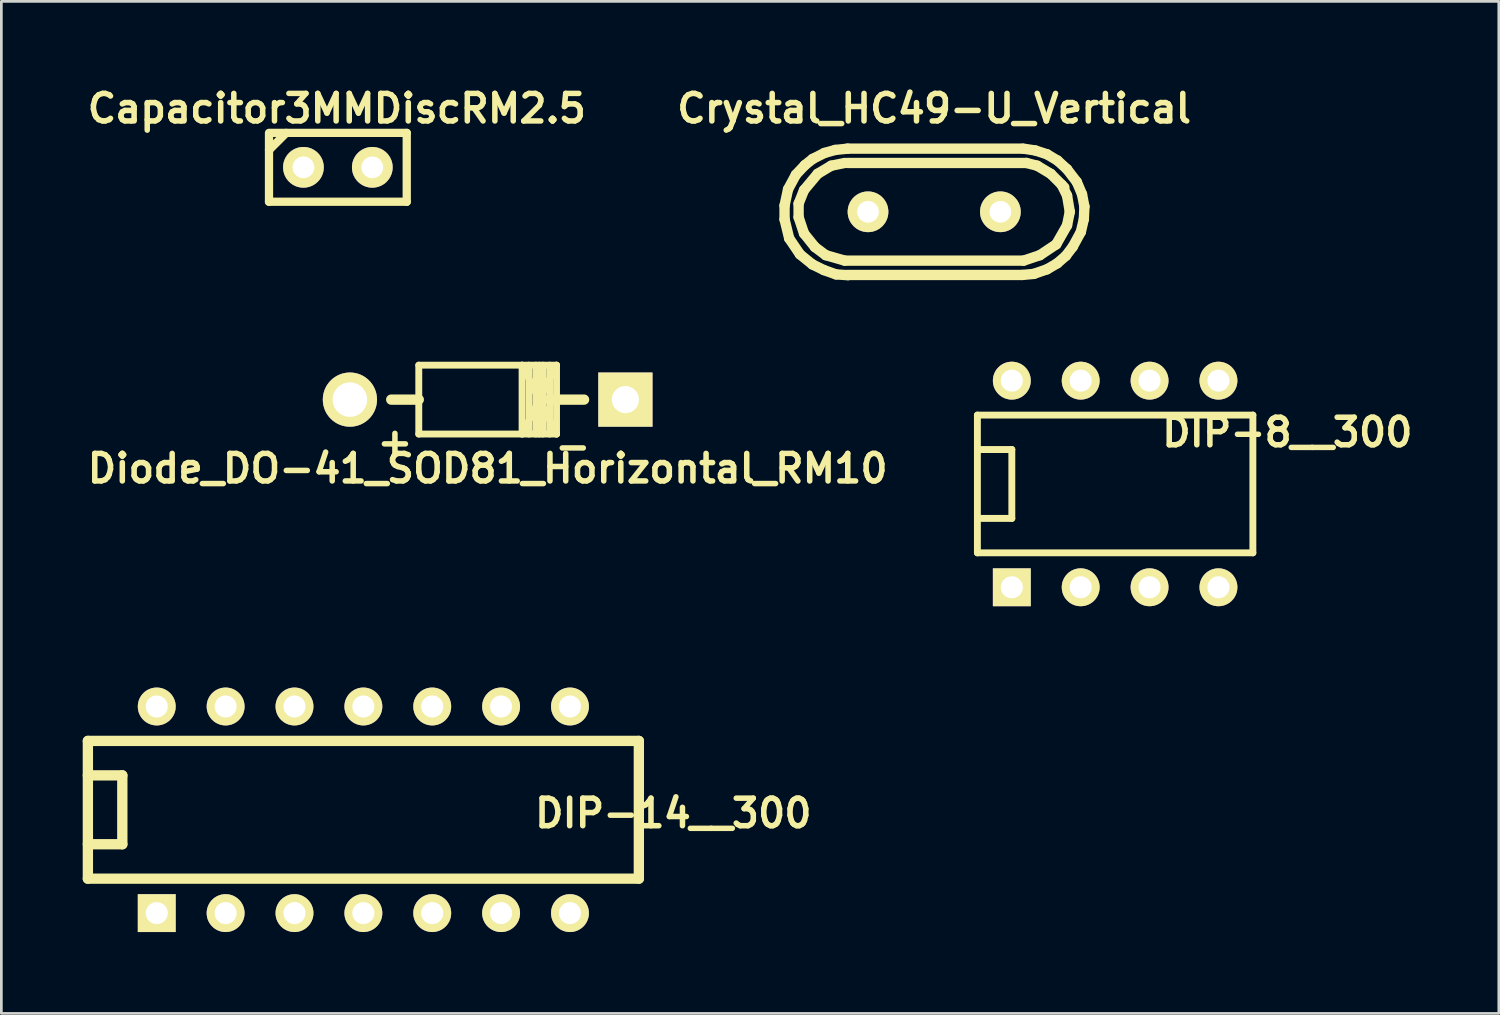
<source format=kicad_pcb>
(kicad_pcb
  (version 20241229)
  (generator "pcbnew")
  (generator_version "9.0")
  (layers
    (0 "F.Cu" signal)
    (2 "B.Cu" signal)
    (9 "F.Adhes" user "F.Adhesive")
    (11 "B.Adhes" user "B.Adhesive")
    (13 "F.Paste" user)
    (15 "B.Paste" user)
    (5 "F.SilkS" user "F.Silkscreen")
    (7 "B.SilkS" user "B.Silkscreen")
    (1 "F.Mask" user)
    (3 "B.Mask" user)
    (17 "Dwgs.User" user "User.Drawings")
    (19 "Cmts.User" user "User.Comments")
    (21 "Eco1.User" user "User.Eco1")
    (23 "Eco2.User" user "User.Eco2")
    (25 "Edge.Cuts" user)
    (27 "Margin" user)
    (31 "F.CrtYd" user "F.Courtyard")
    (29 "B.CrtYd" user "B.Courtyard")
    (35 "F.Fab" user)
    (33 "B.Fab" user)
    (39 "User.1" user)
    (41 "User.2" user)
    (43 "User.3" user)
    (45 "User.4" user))
  (footprint "Diode_DO-41_SOD81_Horizontal_RM10"
    (layer "F.Cu")
    (at 14.935 11.688)
    (property "Reference" "Diode_DO-41_SOD81_Horizontal_RM10" (at 0 2.54 0) (layer "F.SilkS") (effects (font (size 1.016 1.016) (thickness 0.203))))
    (attr through_hole)
    (fp_line (start -2.54 -1.27) (end -2.54 1.27) (stroke (width 0.254) (type solid)) (layer "F.SilkS"))
    (fp_line (start -2.54 0) (end -3.556 0) (stroke (width 0.381) (type solid)) (layer "F.SilkS"))
    (fp_line (start -2.54 1.27) (end 2.54 1.27) (stroke (width 0.254) (type solid)) (layer "F.SilkS"))
    (fp_line (start 1.27 -1.27) (end 1.27 1.27) (stroke (width 0.254) (type solid)) (layer "F.SilkS"))
    (fp_line (start 1.27 -1.27) (end 2.54 1.27) (stroke (width 0.254) (type solid)) (layer "F.SilkS"))
    (fp_line (start 1.524 -1.27) (end 1.524 1.27) (stroke (width 0.254) (type solid)) (layer "F.SilkS"))
    (fp_line (start 1.778 -1.27) (end 1.778 1.27) (stroke (width 0.254) (type solid)) (layer "F.SilkS"))
    (fp_line (start 1.905 -1.27) (end 1.905 1.27) (stroke (width 0.254) (type solid)) (layer "F.SilkS"))
    (fp_line (start 2.032 -1.27) (end 2.032 1.27) (stroke (width 0.254) (type solid)) (layer "F.SilkS"))
    (fp_line (start 2.286 -1.27) (end 2.286 1.27) (stroke (width 0.254) (type solid)) (layer "F.SilkS"))
    (fp_line (start 2.286 0) (end 3.556 0) (stroke (width 0.381) (type solid)) (layer "F.SilkS"))
    (fp_line (start 2.54 -1.27) (end -2.54 -1.27) (stroke (width 0.254) (type solid)) (layer "F.SilkS"))
    (fp_line (start 2.54 -1.27) (end 1.27 1.27) (stroke (width 0.254) (type solid)) (layer "F.SilkS"))
    (fp_line (start 2.54 1.27) (end 2.54 -1.27) (stroke (width 0.254) (type solid)) (layer "F.SilkS"))
    (fp_text user "-" (at 3.14 1.71 0) (layer "F.SilkS") (effects (font (size 1.016 1.016) (thickness 0.203))))
    (fp_text user "+" (at -3.42 1.56 0) (layer "F.SilkS") (effects (font (size 1.016 1.016) (thickness 0.203))))
    (pad "+" thru_hole circle (at -5.08 0) (size 1.999 1.999) (drill 1.27) (layers "*.Cu" "*.Mask" "F.SilkS"))
    (pad "-" thru_hole rect (at 5.08 0) (size 1.999 1.999) (drill 1.001) (layers "*.Cu" "*.Mask" "F.SilkS")))
  (footprint "Capacitor3MMDiscRM2.5"
    (layer "F.Cu")
    (at 9.411 3.121)
    (property "Reference" "Capacitor3MMDiscRM2.5" (at -0.04 -2.17 0) (layer "F.SilkS") (effects (font (size 1.016 1.016) (thickness 0.203))))
    (attr through_hole)
    (fp_line (start -2.54 -0.635) (end -1.905 -1.27) (stroke (width 0.305) (type solid)) (layer "F.SilkS"))
    (fp_line (start -2.54 1.27) (end -2.54 -1.27) (stroke (width 0.305) (type solid)) (layer "F.SilkS"))
    (fp_line (start -2.489 -1.27) (end 2.54 -1.27) (stroke (width 0.305) (type solid)) (layer "F.SilkS"))
    (fp_line (start 2.54 -1.27) (end 2.54 1.27) (stroke (width 0.305) (type solid)) (layer "F.SilkS"))
    (fp_line (start 2.54 1.27) (end -2.54 1.27) (stroke (width 0.305) (type solid)) (layer "F.SilkS"))
    (pad "1" thru_hole circle (at -1.27 0) (size 1.501 1.501) (drill 0.8) (layers "*.Cu" "*.Mask" "F.SilkS"))
    (pad "2" thru_hole circle (at 1.27 0) (size 1.501 1.501) (drill 0.8) (layers "*.Cu" "*.Mask" "F.SilkS")))
  (footprint "DIP-8__300"
    (layer "F.Cu")
    (at 38.077 14.799)
    (property "Reference" "DIP-8__300" (at 6.35 -1.905 0) (layer "F.SilkS") (effects (font (size 1.016 1.016) (thickness 0.203))))
    (attr through_hole)
    (fp_line (start -5.08 -2.54) (end 5.08 -2.54) (stroke (width 0.254) (type solid)) (layer "F.SilkS"))
    (fp_line (start -5.08 -1.27) (end -3.81 -1.27) (stroke (width 0.254) (type solid)) (layer "F.SilkS"))
    (fp_line (start -5.08 2.54) (end -5.08 -2.54) (stroke (width 0.254) (type solid)) (layer "F.SilkS"))
    (fp_line (start -3.81 -1.27) (end -3.81 1.27) (stroke (width 0.254) (type solid)) (layer "F.SilkS"))
    (fp_line (start -3.81 1.27) (end -5.08 1.27) (stroke (width 0.254) (type solid)) (layer "F.SilkS"))
    (fp_line (start 5.08 -2.54) (end 5.08 2.54) (stroke (width 0.254) (type solid)) (layer "F.SilkS"))
    (fp_line (start 5.08 2.54) (end -5.08 2.54) (stroke (width 0.254) (type solid)) (layer "F.SilkS"))
    (pad "1" thru_hole rect (at -3.81 3.81) (size 1.397 1.397) (drill 0.813) (layers "*.Cu" "*.Mask" "F.SilkS"))
    (pad "2" thru_hole circle (at -1.27 3.81) (size 1.397 1.397) (drill 0.813) (layers "*.Cu" "*.Mask" "F.SilkS"))
    (pad "3" thru_hole circle (at 1.27 3.81) (size 1.397 1.397) (drill 0.813) (layers "*.Cu" "*.Mask" "F.SilkS"))
    (pad "4" thru_hole circle (at 3.81 3.81) (size 1.397 1.397) (drill 0.813) (layers "*.Cu" "*.Mask" "F.SilkS"))
    (pad "5" thru_hole circle (at 3.81 -3.81) (size 1.397 1.397) (drill 0.813) (layers "*.Cu" "*.Mask" "F.SilkS"))
    (pad "6" thru_hole circle (at 1.27 -3.81) (size 1.397 1.397) (drill 0.813) (layers "*.Cu" "*.Mask" "F.SilkS"))
    (pad "7" thru_hole circle (at -1.27 -3.81) (size 1.397 1.397) (drill 0.813) (layers "*.Cu" "*.Mask" "F.SilkS"))
    (pad "8" thru_hole circle (at -3.81 -3.81) (size 1.397 1.397) (drill 0.813) (layers "*.Cu" "*.Mask" "F.SilkS")))
  (footprint "Crystal_HC49-U_Vertical"
    (layer "F.Cu")
    (at 31.404 4.761)
    (property "Reference" "Crystal_HC49-U_Vertical" (at 0 -3.81 0) (layer "F.SilkS") (effects (font (size 1.016 1.016) (thickness 0.203))))
    (attr through_hole)
    (fp_line (start -5.519 -0.231) (end -5.519 0.279) (stroke (width 0.381) (type solid)) (layer "F.SilkS"))
    (fp_line (start -5.519 0.279) (end -5.349 0.98) (stroke (width 0.381) (type solid)) (layer "F.SilkS"))
    (fp_line (start -5.39 -0.831) (end -5.519 -0.231) (stroke (width 0.381) (type solid)) (layer "F.SilkS"))
    (fp_line (start -5.349 0.98) (end -4.95 1.57) (stroke (width 0.381) (type solid)) (layer "F.SilkS"))
    (fp_line (start -5.1 -1.369) (end -5.39 -0.831) (stroke (width 0.381) (type solid)) (layer "F.SilkS"))
    (fp_line (start -5.001 -0.3) (end -4.801 -0.8) (stroke (width 0.381) (type solid)) (layer "F.SilkS"))
    (fp_line (start -5.001 0.201) (end -5.001 -0.3) (stroke (width 0.381) (type solid)) (layer "F.SilkS"))
    (fp_line (start -4.95 1.57) (end -4.491 1.941) (stroke (width 0.381) (type solid)) (layer "F.SilkS"))
    (fp_line (start -4.801 -0.8) (end -4.3 -1.4) (stroke (width 0.381) (type solid)) (layer "F.SilkS"))
    (fp_line (start -4.801 0.8) (end -5.001 0.201) (stroke (width 0.381) (type solid)) (layer "F.SilkS"))
    (fp_line (start -4.77 -1.72) (end -5.1 -1.369) (stroke (width 0.381) (type solid)) (layer "F.SilkS"))
    (fp_line (start -4.491 1.941) (end -4.069 2.149) (stroke (width 0.381) (type solid)) (layer "F.SilkS"))
    (fp_line (start -4.481 -1.951) (end -4.77 -1.72) (stroke (width 0.381) (type solid)) (layer "F.SilkS"))
    (fp_line (start -4.399 1.3) (end -4.801 0.8) (stroke (width 0.381) (type solid)) (layer "F.SilkS"))
    (fp_line (start -4.3 -1.4) (end -3.8 -1.699) (stroke (width 0.381) (type solid)) (layer "F.SilkS"))
    (fp_line (start -4.069 2.149) (end -3.619 2.309) (stroke (width 0.381) (type solid)) (layer "F.SilkS"))
    (fp_line (start -4.049 -2.169) (end -4.481 -1.951) (stroke (width 0.381) (type solid)) (layer "F.SilkS"))
    (fp_line (start -4 1.6) (end -4.399 1.3) (stroke (width 0.381) (type solid)) (layer "F.SilkS"))
    (fp_line (start -3.8 -1.699) (end -3.299 -1.801) (stroke (width 0.381) (type solid)) (layer "F.SilkS"))
    (fp_line (start -3.65 -2.281) (end -4.049 -2.169) (stroke (width 0.381) (type solid)) (layer "F.SilkS"))
    (fp_line (start -3.619 2.309) (end -3.18 2.339) (stroke (width 0.381) (type solid)) (layer "F.SilkS"))
    (fp_line (start -3.299 1.801) (end -4 1.6) (stroke (width 0.381) (type solid)) (layer "F.SilkS"))
    (fp_line (start -3.2 -2.329) (end 3.251 -2.329) (stroke (width 0.381) (type solid)) (layer "F.SilkS"))
    (fp_line (start -3.2 -1.801) (end 3.401 -1.801) (stroke (width 0.381) (type solid)) (layer "F.SilkS"))
    (fp_line (start -3.2 2.329) (end 3.251 2.329) (stroke (width 0.381) (type solid)) (layer "F.SilkS"))
    (fp_line (start -3.19 -2.329) (end -3.65 -2.281) (stroke (width 0.381) (type solid)) (layer "F.SilkS"))
    (fp_line (start 3.251 2.329) (end 3.67 2.291) (stroke (width 0.381) (type solid)) (layer "F.SilkS"))
    (fp_line (start 3.299 1.801) (end -3.299 1.801) (stroke (width 0.381) (type solid)) (layer "F.SilkS"))
    (fp_line (start 3.401 -1.801) (end 3.8 -1.699) (stroke (width 0.381) (type solid)) (layer "F.SilkS"))
    (fp_line (start 3.67 2.291) (end 4.161 2.121) (stroke (width 0.381) (type solid)) (layer "F.SilkS"))
    (fp_line (start 3.731 -2.261) (end 3.289 -2.329) (stroke (width 0.381) (type solid)) (layer "F.SilkS"))
    (fp_line (start 3.8 -1.699) (end 4.3 -1.4) (stroke (width 0.381) (type solid)) (layer "F.SilkS"))
    (fp_line (start 3.899 1.6) (end 3.299 1.801) (stroke (width 0.381) (type solid)) (layer "F.SilkS"))
    (fp_line (start 4.161 -2.121) (end 3.731 -2.261) (stroke (width 0.381) (type solid)) (layer "F.SilkS"))
    (fp_line (start 4.161 2.121) (end 4.539 1.9) (stroke (width 0.381) (type solid)) (layer "F.SilkS"))
    (fp_line (start 4.3 -1.4) (end 4.801 -0.899) (stroke (width 0.381) (type solid)) (layer "F.SilkS"))
    (fp_line (start 4.501 1.199) (end 3.899 1.6) (stroke (width 0.381) (type solid)) (layer "F.SilkS"))
    (fp_line (start 4.539 1.9) (end 4.859 1.621) (stroke (width 0.381) (type solid)) (layer "F.SilkS"))
    (fp_line (start 4.549 -1.89) (end 4.161 -2.121) (stroke (width 0.381) (type solid)) (layer "F.SilkS"))
    (fp_line (start 4.699 -1.001) (end 4.9 -0.599) (stroke (width 0.381) (type solid)) (layer "F.SilkS"))
    (fp_line (start 4.859 1.621) (end 5.11 1.29) (stroke (width 0.381) (type solid)) (layer "F.SilkS"))
    (fp_line (start 4.9 -1.57) (end 4.549 -1.89) (stroke (width 0.381) (type solid)) (layer "F.SilkS"))
    (fp_line (start 4.9 -0.599) (end 5.001 0) (stroke (width 0.381) (type solid)) (layer "F.SilkS"))
    (fp_line (start 4.9 0.5) (end 4.501 1.199) (stroke (width 0.381) (type solid)) (layer "F.SilkS"))
    (fp_line (start 5.001 0) (end 4.9 0.5) (stroke (width 0.381) (type solid)) (layer "F.SilkS"))
    (fp_line (start 5.11 1.29) (end 5.41 0.739) (stroke (width 0.381) (type solid)) (layer "F.SilkS"))
    (fp_line (start 5.26 -1.1) (end 4.9 -1.57) (stroke (width 0.381) (type solid)) (layer "F.SilkS"))
    (fp_line (start 5.41 0.739) (end 5.519 0.269) (stroke (width 0.381) (type solid)) (layer "F.SilkS"))
    (fp_line (start 5.451 -0.65) (end 5.26 -1.1) (stroke (width 0.381) (type solid)) (layer "F.SilkS"))
    (fp_line (start 5.519 0.269) (end 5.54 -0.191) (stroke (width 0.381) (type solid)) (layer "F.SilkS"))
    (fp_line (start 5.54 -0.191) (end 5.451 -0.65) (stroke (width 0.381) (type solid)) (layer "F.SilkS"))
    (pad "1" thru_hole circle (at -2.441 0) (size 1.501 1.501) (drill 0.8) (layers "*.Cu" "*.Mask" "F.SilkS"))
    (pad "2" thru_hole circle (at 2.441 0) (size 1.501 1.501) (drill 0.8) (layers "*.Cu" "*.Mask" "F.SilkS")))
  (footprint "DIP-14__300"
    (layer "F.Cu")
    (at 10.351 26.816)
    (property "Reference" "DIP-14__300" (at 11.43 0.127 0) (layer "F.SilkS") (effects (font (size 1.016 1.016) (thickness 0.203))))
    (attr through_hole)
    (fp_line (start -10.16 -2.54) (end 10.16 -2.54) (stroke (width 0.381) (type solid)) (layer "F.SilkS"))
    (fp_line (start -10.16 -1.27) (end -8.89 -1.27) (stroke (width 0.381) (type solid)) (layer "F.SilkS"))
    (fp_line (start -10.16 2.54) (end -10.16 -2.54) (stroke (width 0.381) (type solid)) (layer "F.SilkS"))
    (fp_line (start -8.89 -1.27) (end -8.89 1.27) (stroke (width 0.381) (type solid)) (layer "F.SilkS"))
    (fp_line (start -8.89 1.27) (end -10.16 1.27) (stroke (width 0.381) (type solid)) (layer "F.SilkS"))
    (fp_line (start 10.16 -2.54) (end 10.16 2.54) (stroke (width 0.381) (type solid)) (layer "F.SilkS"))
    (fp_line (start 10.16 2.54) (end -10.16 2.54) (stroke (width 0.381) (type solid)) (layer "F.SilkS"))
    (pad "1" thru_hole rect (at -7.62 3.81) (size 1.397 1.397) (drill 0.813) (layers "*.Cu" "*.Mask" "F.SilkS"))
    (pad "2" thru_hole circle (at -5.08 3.81) (size 1.397 1.397) (drill 0.813) (layers "*.Cu" "*.Mask" "F.SilkS"))
    (pad "3" thru_hole circle (at -2.54 3.81) (size 1.397 1.397) (drill 0.813) (layers "*.Cu" "*.Mask" "F.SilkS"))
    (pad "4" thru_hole circle (at 0 3.81) (size 1.397 1.397) (drill 0.813) (layers "*.Cu" "*.Mask" "F.SilkS"))
    (pad "5" thru_hole circle (at 2.54 3.81) (size 1.397 1.397) (drill 0.813) (layers "*.Cu" "*.Mask" "F.SilkS"))
    (pad "6" thru_hole circle (at 5.08 3.81) (size 1.397 1.397) (drill 0.813) (layers "*.Cu" "*.Mask" "F.SilkS"))
    (pad "7" thru_hole circle (at 7.62 3.81) (size 1.397 1.397) (drill 0.813) (layers "*.Cu" "*.Mask" "F.SilkS"))
    (pad "8" thru_hole circle (at 7.62 -3.81) (size 1.397 1.397) (drill 0.813) (layers "*.Cu" "*.Mask" "F.SilkS"))
    (pad "9" thru_hole circle (at 5.08 -3.81) (size 1.397 1.397) (drill 0.813) (layers "*.Cu" "*.Mask" "F.SilkS"))
    (pad "10" thru_hole circle (at 2.54 -3.81) (size 1.397 1.397) (drill 0.813) (layers "*.Cu" "*.Mask" "F.SilkS"))
    (pad "11" thru_hole circle (at 0 -3.81) (size 1.397 1.397) (drill 0.813) (layers "*.Cu" "*.Mask" "F.SilkS"))
    (pad "12" thru_hole circle (at -2.54 -3.81) (size 1.397 1.397) (drill 0.813) (layers "*.Cu" "*.Mask" "F.SilkS"))
    (pad "13" thru_hole circle (at -5.08 -3.81) (size 1.397 1.397) (drill 0.813) (layers "*.Cu" "*.Mask" "F.SilkS"))
    (pad "14" thru_hole circle (at -7.62 -3.81) (size 1.397 1.397) (drill 0.813) (layers "*.Cu" "*.Mask" "F.SilkS")))
  (gr_rect
    (start -3 -3)
    (end 52.227 34.325)
    (stroke (width 0.1) (type default))
    (fill no)
    (layer "Edge.Cuts")))
</source>
